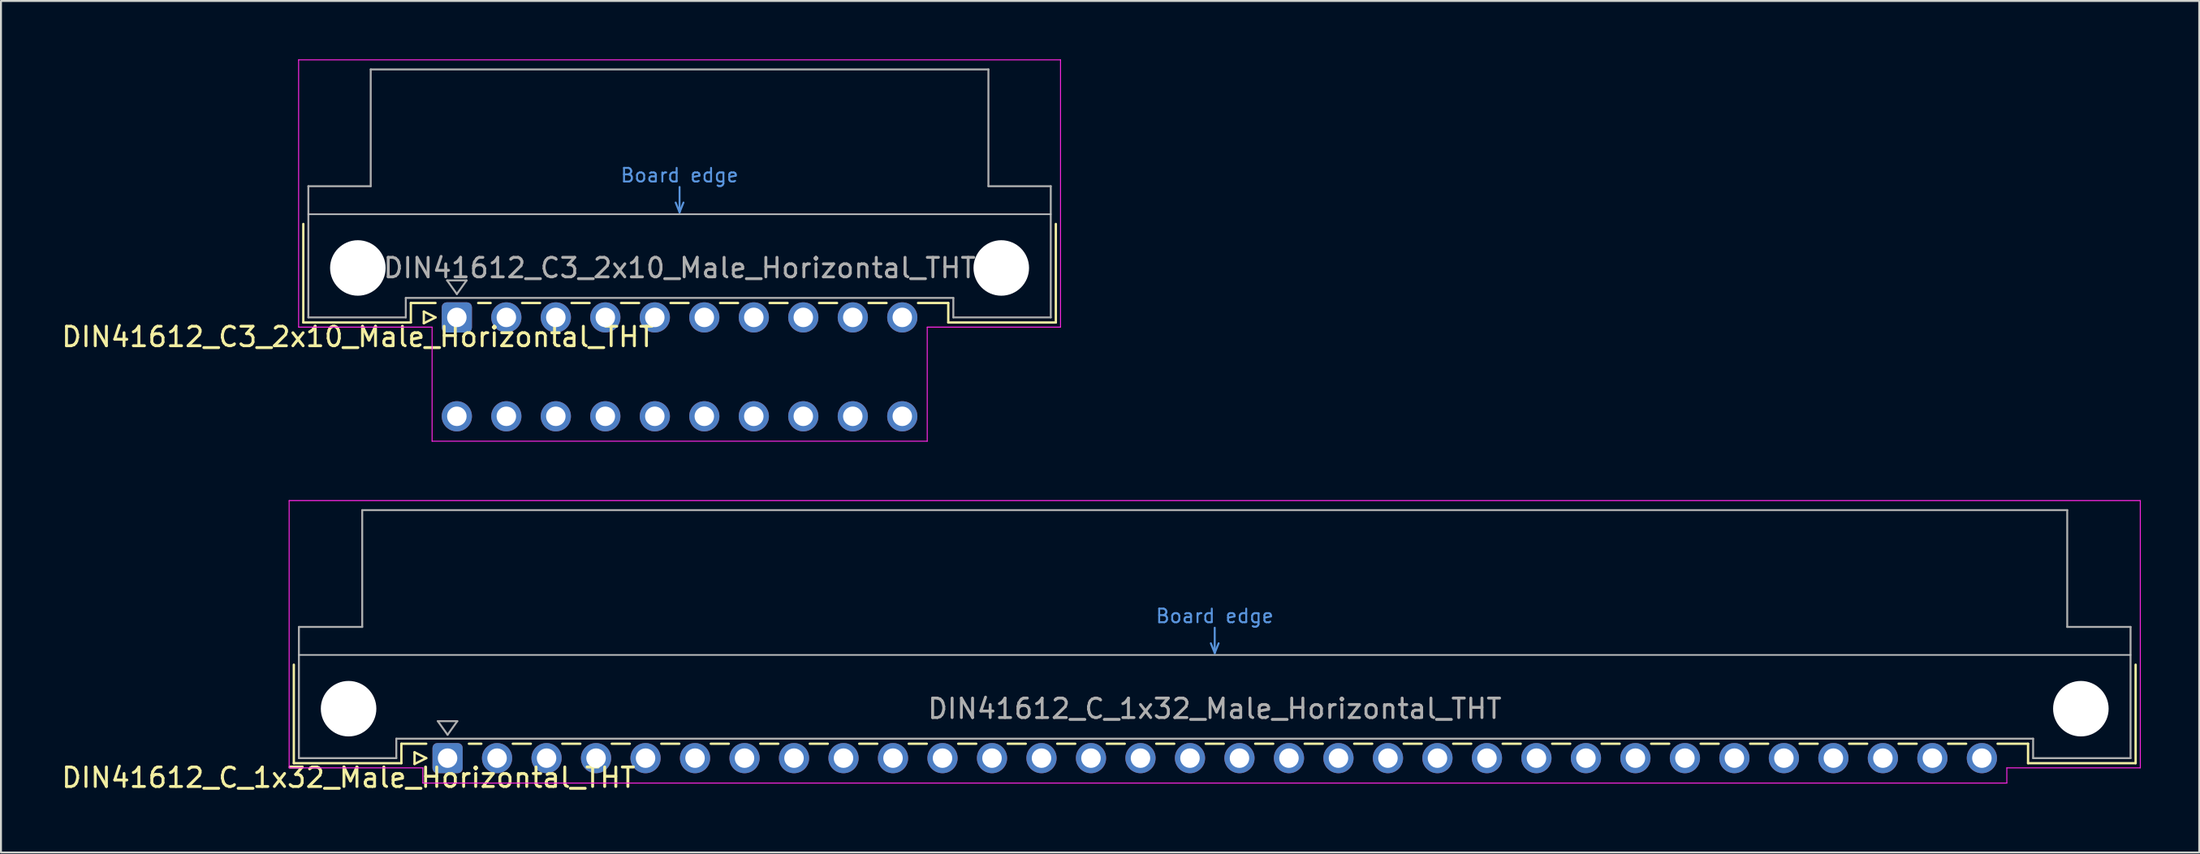
<source format=kicad_pcb>
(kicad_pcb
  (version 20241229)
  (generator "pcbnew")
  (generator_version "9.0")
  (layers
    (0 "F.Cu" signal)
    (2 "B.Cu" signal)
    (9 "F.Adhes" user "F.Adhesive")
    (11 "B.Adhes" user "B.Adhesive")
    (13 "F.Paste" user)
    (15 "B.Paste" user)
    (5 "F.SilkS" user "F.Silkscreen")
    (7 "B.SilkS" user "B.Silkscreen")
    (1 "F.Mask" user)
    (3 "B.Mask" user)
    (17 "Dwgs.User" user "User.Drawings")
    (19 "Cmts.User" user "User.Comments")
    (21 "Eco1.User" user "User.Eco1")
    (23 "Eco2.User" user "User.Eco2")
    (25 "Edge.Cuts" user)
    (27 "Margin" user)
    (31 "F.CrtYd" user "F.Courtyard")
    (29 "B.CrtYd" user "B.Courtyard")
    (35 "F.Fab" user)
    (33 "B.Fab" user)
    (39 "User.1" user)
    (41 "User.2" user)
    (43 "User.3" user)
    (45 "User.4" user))
  (footprint "DIN41612_C3_2x10_Male_Horizontal_THT"
    (layer "F.Cu")
    (at 20.395 13.255)
    (property "Reference" "DIN41612_C3_2x10_Male_Horizontal_THT" (at -5.08 1 0) (layer "F.SilkS") (effects (font (size 1 1) (thickness 0.15))))
    (attr through_hole)
    (fp_line (start -7.88 -4.8) (end -7.88 0.26) (stroke (width 0.12) (type solid)) (layer "F.SilkS"))
    (fp_line (start -7.88 0.26) (end -2.36 0.26) (stroke (width 0.12) (type solid)) (layer "F.SilkS"))
    (fp_line (start -2.36 -0.74) (end -1.095 -0.74) (stroke (width 0.12) (type solid)) (layer "F.SilkS"))
    (fp_line (start -2.36 0.26) (end -2.36 -0.74) (stroke (width 0.12) (type solid)) (layer "F.SilkS"))
    (fp_line (start -1.695 -0.3) (end -1.695 0.3) (stroke (width 0.12) (type solid)) (layer "F.SilkS"))
    (fp_line (start -1.695 0.3) (end -1.095 0) (stroke (width 0.12) (type solid)) (layer "F.SilkS"))
    (fp_line (start -1.095 0) (end -1.695 -0.3) (stroke (width 0.12) (type solid)) (layer "F.SilkS"))
    (fp_line (start 1.095 -0.74) (end 1.733 -0.74) (stroke (width 0.12) (type solid)) (layer "F.SilkS"))
    (fp_line (start 3.347 -0.74) (end 4.273 -0.74) (stroke (width 0.12) (type solid)) (layer "F.SilkS"))
    (fp_line (start 5.887 -0.74) (end 6.813 -0.74) (stroke (width 0.12) (type solid)) (layer "F.SilkS"))
    (fp_line (start 8.427 -0.74) (end 9.353 -0.74) (stroke (width 0.12) (type solid)) (layer "F.SilkS"))
    (fp_line (start 10.967 -0.74) (end 11.893 -0.74) (stroke (width 0.12) (type solid)) (layer "F.SilkS"))
    (fp_line (start 13.507 -0.74) (end 14.433 -0.74) (stroke (width 0.12) (type solid)) (layer "F.SilkS"))
    (fp_line (start 16.047 -0.74) (end 16.973 -0.74) (stroke (width 0.12) (type solid)) (layer "F.SilkS"))
    (fp_line (start 18.587 -0.74) (end 19.513 -0.74) (stroke (width 0.12) (type solid)) (layer "F.SilkS"))
    (fp_line (start 21.127 -0.74) (end 22.053 -0.74) (stroke (width 0.12) (type solid)) (layer "F.SilkS"))
    (fp_line (start 23.667 -0.74) (end 25.22 -0.74) (stroke (width 0.12) (type solid)) (layer "F.SilkS"))
    (fp_line (start 25.22 0.26) (end 25.22 -0.74) (stroke (width 0.12) (type solid)) (layer "F.SilkS"))
    (fp_line (start 30.74 -4.8) (end 30.74 0.26) (stroke (width 0.12) (type solid)) (layer "F.SilkS"))
    (fp_line (start 30.74 0.26) (end 25.22 0.26) (stroke (width 0.12) (type solid)) (layer "F.SilkS"))
    (fp_line (start -7.62 -5.3) (end 30.48 -5.3) (stroke (width 0.08) (type solid)) (layer "Dwgs.User"))
    (fp_line (start 11.23 -5.9) (end 11.43 -5.4) (stroke (width 0.1) (type solid)) (layer "Cmts.User"))
    (fp_line (start 11.43 -5.4) (end 11.43 -6.7) (stroke (width 0.1) (type solid)) (layer "Cmts.User"))
    (fp_line (start 11.43 -5.4) (end 11.63 -5.9) (stroke (width 0.1) (type solid)) (layer "Cmts.User"))
    (fp_line (start -8.12 -13.23) (end -8.12 0.5) (stroke (width 0.05) (type solid)) (layer "F.CrtYd"))
    (fp_line (start -8.12 0.5) (end -1.27 0.5) (stroke (width 0.05) (type solid)) (layer "F.CrtYd"))
    (fp_line (start -1.27 0.5) (end -1.27 6.36) (stroke (width 0.05) (type solid)) (layer "F.CrtYd"))
    (fp_line (start -1.27 6.36) (end 24.14 6.36) (stroke (width 0.05) (type solid)) (layer "F.CrtYd"))
    (fp_line (start 24.14 0.5) (end 30.98 0.5) (stroke (width 0.05) (type solid)) (layer "F.CrtYd"))
    (fp_line (start 24.14 6.36) (end 24.14 0.5) (stroke (width 0.05) (type solid)) (layer "F.CrtYd"))
    (fp_line (start 30.98 -13.23) (end -8.12 -13.23) (stroke (width 0.05) (type solid)) (layer "F.CrtYd"))
    (fp_line (start 30.98 0.5) (end 30.98 -13.23) (stroke (width 0.05) (type solid)) (layer "F.CrtYd"))
    (fp_line (start -7.62 -6.74) (end -7.62 0) (stroke (width 0.1) (type solid)) (layer "F.Fab"))
    (fp_line (start -7.62 0) (end -2.62 0) (stroke (width 0.1) (type solid)) (layer "F.Fab"))
    (fp_line (start -4.42 -12.74) (end -4.42 -6.74) (stroke (width 0.1) (type solid)) (layer "F.Fab"))
    (fp_line (start -4.42 -6.74) (end -7.62 -6.74) (stroke (width 0.1) (type solid)) (layer "F.Fab"))
    (fp_line (start -2.62 -1) (end 25.48 -1) (stroke (width 0.1) (type solid)) (layer "F.Fab"))
    (fp_line (start -2.62 0) (end -2.62 -1) (stroke (width 0.1) (type solid)) (layer "F.Fab"))
    (fp_line (start -0.5 -1.9) (end 0.5 -1.9) (stroke (width 0.1) (type solid)) (layer "F.Fab"))
    (fp_line (start 0 -1.2) (end -0.5 -1.9) (stroke (width 0.1) (type solid)) (layer "F.Fab"))
    (fp_line (start 0.5 -1.9) (end 0 -1.2) (stroke (width 0.1) (type solid)) (layer "F.Fab"))
    (fp_line (start 25.48 -1) (end 25.48 0) (stroke (width 0.1) (type solid)) (layer "F.Fab"))
    (fp_line (start 25.48 0) (end 30.48 0) (stroke (width 0.1) (type solid)) (layer "F.Fab"))
    (fp_line (start 27.28 -12.74) (end -4.42 -12.74) (stroke (width 0.1) (type solid)) (layer "F.Fab"))
    (fp_line (start 27.28 -6.74) (end 27.28 -12.74) (stroke (width 0.1) (type solid)) (layer "F.Fab"))
    (fp_line (start 30.48 -6.74) (end 27.28 -6.74) (stroke (width 0.1) (type solid)) (layer "F.Fab"))
    (fp_line (start 30.48 0) (end 30.48 -6.74) (stroke (width 0.1) (type solid)) (layer "F.Fab"))
    (fp_text user "Board edge" (at 11.43 -7.3 0) (layer "Cmts.User") (effects (font (size 0.7 0.7) (thickness 0.1))))
    (fp_text user "${REFERENCE}" (at 11.43 -2.54 0) (layer "F.Fab") (effects (font (size 1 1) (thickness 0.15))))
    (pad "" np_thru_hole circle (at -5.08 -2.54) (size 2.85 2.85) (drill 2.85) (layers "*.Cu" "*.Mask"))
    (pad "" np_thru_hole circle (at 27.94 -2.54) (size 2.85 2.85) (drill 2.85) (layers "*.Cu" "*.Mask"))
    (pad "a1" thru_hole roundrect (at 0 0) (size 1.55 1.55) (drill 1) (layers "*.Cu" "*.Mask") (roundrect_rratio 0.161))
    (pad "a2" thru_hole circle (at 2.54 0) (size 1.55 1.55) (drill 1) (layers "*.Cu" "*.Mask"))
    (pad "a3" thru_hole circle (at 5.08 0) (size 1.55 1.55) (drill 1) (layers "*.Cu" "*.Mask"))
    (pad "a4" thru_hole circle (at 7.62 0) (size 1.55 1.55) (drill 1) (layers "*.Cu" "*.Mask"))
    (pad "a5" thru_hole circle (at 10.16 0) (size 1.55 1.55) (drill 1) (layers "*.Cu" "*.Mask"))
    (pad "a6" thru_hole circle (at 12.7 0) (size 1.55 1.55) (drill 1) (layers "*.Cu" "*.Mask"))
    (pad "a7" thru_hole circle (at 15.24 0) (size 1.55 1.55) (drill 1) (layers "*.Cu" "*.Mask"))
    (pad "a8" thru_hole circle (at 17.78 0) (size 1.55 1.55) (drill 1) (layers "*.Cu" "*.Mask"))
    (pad "a9" thru_hole circle (at 20.32 0) (size 1.55 1.55) (drill 1) (layers "*.Cu" "*.Mask"))
    (pad "a10" thru_hole circle (at 22.86 0) (size 1.55 1.55) (drill 1) (layers "*.Cu" "*.Mask"))
    (pad "c1" thru_hole circle (at 0 5.08) (size 1.55 1.55) (drill 1) (layers "*.Cu" "*.Mask"))
    (pad "c2" thru_hole circle (at 2.54 5.08) (size 1.55 1.55) (drill 1) (layers "*.Cu" "*.Mask"))
    (pad "c3" thru_hole circle (at 5.08 5.08) (size 1.55 1.55) (drill 1) (layers "*.Cu" "*.Mask"))
    (pad "c4" thru_hole circle (at 7.62 5.08) (size 1.55 1.55) (drill 1) (layers "*.Cu" "*.Mask"))
    (pad "c5" thru_hole circle (at 10.16 5.08) (size 1.55 1.55) (drill 1) (layers "*.Cu" "*.Mask"))
    (pad "c6" thru_hole circle (at 12.7 5.08) (size 1.55 1.55) (drill 1) (layers "*.Cu" "*.Mask"))
    (pad "c7" thru_hole circle (at 15.24 5.08) (size 1.55 1.55) (drill 1) (layers "*.Cu" "*.Mask"))
    (pad "c8" thru_hole circle (at 17.78 5.08) (size 1.55 1.55) (drill 1) (layers "*.Cu" "*.Mask"))
    (pad "c9" thru_hole circle (at 20.32 5.08) (size 1.55 1.55) (drill 1) (layers "*.Cu" "*.Mask"))
    (pad "c10" thru_hole circle (at 22.86 5.08) (size 1.55 1.55) (drill 1) (layers "*.Cu" "*.Mask")))
  (footprint "DIN41612_C_1x32_Male_Horizontal_THT"
    (layer "F.Cu")
    (at 19.919 35.895)
    (property "Reference" "DIN41612_C_1x32_Male_Horizontal_THT" (at -5.08 1 0) (layer "F.SilkS") (effects (font (size 1 1) (thickness 0.15))))
    (attr through_hole)
    (fp_line (start -7.89 -4.8) (end -7.89 0.26) (stroke (width 0.12) (type solid)) (layer "F.SilkS"))
    (fp_line (start -7.89 0.26) (end -2.37 0.26) (stroke (width 0.12) (type solid)) (layer "F.SilkS"))
    (fp_line (start -2.37 -0.74) (end -1.095 -0.74) (stroke (width 0.12) (type solid)) (layer "F.SilkS"))
    (fp_line (start -2.37 0.26) (end -2.37 -0.74) (stroke (width 0.12) (type solid)) (layer "F.SilkS"))
    (fp_line (start -1.695 -0.3) (end -1.695 0.3) (stroke (width 0.12) (type solid)) (layer "F.SilkS"))
    (fp_line (start -1.695 0.3) (end -1.095 0) (stroke (width 0.12) (type solid)) (layer "F.SilkS"))
    (fp_line (start -1.095 0) (end -1.695 -0.3) (stroke (width 0.12) (type solid)) (layer "F.SilkS"))
    (fp_line (start 1.095 -0.74) (end 1.733 -0.74) (stroke (width 0.12) (type solid)) (layer "F.SilkS"))
    (fp_line (start 3.347 -0.74) (end 4.273 -0.74) (stroke (width 0.12) (type solid)) (layer "F.SilkS"))
    (fp_line (start 5.887 -0.74) (end 6.813 -0.74) (stroke (width 0.12) (type solid)) (layer "F.SilkS"))
    (fp_line (start 8.427 -0.74) (end 9.353 -0.74) (stroke (width 0.12) (type solid)) (layer "F.SilkS"))
    (fp_line (start 10.967 -0.74) (end 11.893 -0.74) (stroke (width 0.12) (type solid)) (layer "F.SilkS"))
    (fp_line (start 13.507 -0.74) (end 14.433 -0.74) (stroke (width 0.12) (type solid)) (layer "F.SilkS"))
    (fp_line (start 16.047 -0.74) (end 16.973 -0.74) (stroke (width 0.12) (type solid)) (layer "F.SilkS"))
    (fp_line (start 18.587 -0.74) (end 19.513 -0.74) (stroke (width 0.12) (type solid)) (layer "F.SilkS"))
    (fp_line (start 21.127 -0.74) (end 22.053 -0.74) (stroke (width 0.12) (type solid)) (layer "F.SilkS"))
    (fp_line (start 23.667 -0.74) (end 24.593 -0.74) (stroke (width 0.12) (type solid)) (layer "F.SilkS"))
    (fp_line (start 26.207 -0.74) (end 27.133 -0.74) (stroke (width 0.12) (type solid)) (layer "F.SilkS"))
    (fp_line (start 28.747 -0.74) (end 29.673 -0.74) (stroke (width 0.12) (type solid)) (layer "F.SilkS"))
    (fp_line (start 31.287 -0.74) (end 32.213 -0.74) (stroke (width 0.12) (type solid)) (layer "F.SilkS"))
    (fp_line (start 33.827 -0.74) (end 34.753 -0.74) (stroke (width 0.12) (type solid)) (layer "F.SilkS"))
    (fp_line (start 36.367 -0.74) (end 37.293 -0.74) (stroke (width 0.12) (type solid)) (layer "F.SilkS"))
    (fp_line (start 38.907 -0.74) (end 39.833 -0.74) (stroke (width 0.12) (type solid)) (layer "F.SilkS"))
    (fp_line (start 41.447 -0.74) (end 42.373 -0.74) (stroke (width 0.12) (type solid)) (layer "F.SilkS"))
    (fp_line (start 43.987 -0.74) (end 44.913 -0.74) (stroke (width 0.12) (type solid)) (layer "F.SilkS"))
    (fp_line (start 46.527 -0.74) (end 47.453 -0.74) (stroke (width 0.12) (type solid)) (layer "F.SilkS"))
    (fp_line (start 49.067 -0.74) (end 49.993 -0.74) (stroke (width 0.12) (type solid)) (layer "F.SilkS"))
    (fp_line (start 51.607 -0.74) (end 52.533 -0.74) (stroke (width 0.12) (type solid)) (layer "F.SilkS"))
    (fp_line (start 54.147 -0.74) (end 55.073 -0.74) (stroke (width 0.12) (type solid)) (layer "F.SilkS"))
    (fp_line (start 56.687 -0.74) (end 57.613 -0.74) (stroke (width 0.12) (type solid)) (layer "F.SilkS"))
    (fp_line (start 59.227 -0.74) (end 60.153 -0.74) (stroke (width 0.12) (type solid)) (layer "F.SilkS"))
    (fp_line (start 61.767 -0.74) (end 62.693 -0.74) (stroke (width 0.12) (type solid)) (layer "F.SilkS"))
    (fp_line (start 64.307 -0.74) (end 65.233 -0.74) (stroke (width 0.12) (type solid)) (layer "F.SilkS"))
    (fp_line (start 66.847 -0.74) (end 67.773 -0.74) (stroke (width 0.12) (type solid)) (layer "F.SilkS"))
    (fp_line (start 69.387 -0.74) (end 70.313 -0.74) (stroke (width 0.12) (type solid)) (layer "F.SilkS"))
    (fp_line (start 71.927 -0.74) (end 72.853 -0.74) (stroke (width 0.12) (type solid)) (layer "F.SilkS"))
    (fp_line (start 74.467 -0.74) (end 75.393 -0.74) (stroke (width 0.12) (type solid)) (layer "F.SilkS"))
    (fp_line (start 77.007 -0.74) (end 77.933 -0.74) (stroke (width 0.12) (type solid)) (layer "F.SilkS"))
    (fp_line (start 79.547 -0.74) (end 81.11 -0.74) (stroke (width 0.12) (type solid)) (layer "F.SilkS"))
    (fp_line (start 81.11 0.26) (end 81.11 -0.74) (stroke (width 0.12) (type solid)) (layer "F.SilkS"))
    (fp_line (start 86.63 -4.8) (end 86.63 0.26) (stroke (width 0.12) (type solid)) (layer "F.SilkS"))
    (fp_line (start 86.63 0.26) (end 81.11 0.26) (stroke (width 0.12) (type solid)) (layer "F.SilkS"))
    (fp_line (start -7.63 -5.3) (end 86.37 -5.3) (stroke (width 0.08) (type solid)) (layer "Dwgs.User"))
    (fp_line (start 39.17 -5.9) (end 39.37 -5.4) (stroke (width 0.1) (type solid)) (layer "Cmts.User"))
    (fp_line (start 39.37 -5.4) (end 39.37 -6.7) (stroke (width 0.1) (type solid)) (layer "Cmts.User"))
    (fp_line (start 39.37 -5.4) (end 39.57 -5.9) (stroke (width 0.1) (type solid)) (layer "Cmts.User"))
    (fp_line (start -8.13 -13.23) (end -8.13 0.5) (stroke (width 0.05) (type solid)) (layer "F.CrtYd"))
    (fp_line (start -8.13 0.5) (end -1.27 0.5) (stroke (width 0.05) (type solid)) (layer "F.CrtYd"))
    (fp_line (start -1.27 0.5) (end -1.27 1.28) (stroke (width 0.05) (type solid)) (layer "F.CrtYd"))
    (fp_line (start -1.27 1.28) (end 80.02 1.28) (stroke (width 0.05) (type solid)) (layer "F.CrtYd"))
    (fp_line (start 80.02 0.5) (end 86.87 0.5) (stroke (width 0.05) (type solid)) (layer "F.CrtYd"))
    (fp_line (start 80.02 1.28) (end 80.02 0.5) (stroke (width 0.05) (type solid)) (layer "F.CrtYd"))
    (fp_line (start 86.87 -13.23) (end -8.13 -13.23) (stroke (width 0.05) (type solid)) (layer "F.CrtYd"))
    (fp_line (start 86.87 0.5) (end 86.87 -13.23) (stroke (width 0.05) (type solid)) (layer "F.CrtYd"))
    (fp_line (start -7.63 -6.74) (end -7.63 0) (stroke (width 0.1) (type solid)) (layer "F.Fab"))
    (fp_line (start -7.63 0) (end -2.63 0) (stroke (width 0.1) (type solid)) (layer "F.Fab"))
    (fp_line (start -4.38 -12.74) (end -4.38 -6.74) (stroke (width 0.1) (type solid)) (layer "F.Fab"))
    (fp_line (start -4.38 -6.74) (end -7.63 -6.74) (stroke (width 0.1) (type solid)) (layer "F.Fab"))
    (fp_line (start -2.63 -1) (end 81.37 -1) (stroke (width 0.1) (type solid)) (layer "F.Fab"))
    (fp_line (start -2.63 0) (end -2.63 -1) (stroke (width 0.1) (type solid)) (layer "F.Fab"))
    (fp_line (start -0.5 -1.9) (end 0.5 -1.9) (stroke (width 0.1) (type solid)) (layer "F.Fab"))
    (fp_line (start 0 -1.2) (end -0.5 -1.9) (stroke (width 0.1) (type solid)) (layer "F.Fab"))
    (fp_line (start 0.5 -1.9) (end 0 -1.2) (stroke (width 0.1) (type solid)) (layer "F.Fab"))
    (fp_line (start 81.37 -1) (end 81.37 0) (stroke (width 0.1) (type solid)) (layer "F.Fab"))
    (fp_line (start 81.37 0) (end 86.37 0) (stroke (width 0.1) (type solid)) (layer "F.Fab"))
    (fp_line (start 83.12 -12.74) (end -4.38 -12.74) (stroke (width 0.1) (type solid)) (layer "F.Fab"))
    (fp_line (start 83.12 -6.74) (end 83.12 -12.74) (stroke (width 0.1) (type solid)) (layer "F.Fab"))
    (fp_line (start 86.37 -6.74) (end 83.12 -6.74) (stroke (width 0.1) (type solid)) (layer "F.Fab"))
    (fp_line (start 86.37 0) (end 86.37 -6.74) (stroke (width 0.1) (type solid)) (layer "F.Fab"))
    (fp_text user "Board edge" (at 39.37 -7.3 0) (layer "Cmts.User") (effects (font (size 0.7 0.7) (thickness 0.1))))
    (fp_text user "${REFERENCE}" (at 39.37 -2.54 0) (layer "F.Fab") (effects (font (size 1 1) (thickness 0.15))))
    (pad "" np_thru_hole circle (at -5.08 -2.54) (size 2.85 2.85) (drill 2.85) (layers "*.Cu" "*.Mask"))
    (pad "" np_thru_hole circle (at 83.82 -2.54) (size 2.85 2.85) (drill 2.85) (layers "*.Cu" "*.Mask"))
    (pad "a1" thru_hole roundrect (at 0 0) (size 1.55 1.55) (drill 1) (layers "*.Cu" "*.Mask") (roundrect_rratio 0.161))
    (pad "a2" thru_hole circle (at 2.54 0) (size 1.55 1.55) (drill 1) (layers "*.Cu" "*.Mask"))
    (pad "a3" thru_hole circle (at 5.08 0) (size 1.55 1.55) (drill 1) (layers "*.Cu" "*.Mask"))
    (pad "a4" thru_hole circle (at 7.62 0) (size 1.55 1.55) (drill 1) (layers "*.Cu" "*.Mask"))
    (pad "a5" thru_hole circle (at 10.16 0) (size 1.55 1.55) (drill 1) (layers "*.Cu" "*.Mask"))
    (pad "a6" thru_hole circle (at 12.7 0) (size 1.55 1.55) (drill 1) (layers "*.Cu" "*.Mask"))
    (pad "a7" thru_hole circle (at 15.24 0) (size 1.55 1.55) (drill 1) (layers "*.Cu" "*.Mask"))
    (pad "a8" thru_hole circle (at 17.78 0) (size 1.55 1.55) (drill 1) (layers "*.Cu" "*.Mask"))
    (pad "a9" thru_hole circle (at 20.32 0) (size 1.55 1.55) (drill 1) (layers "*.Cu" "*.Mask"))
    (pad "a10" thru_hole circle (at 22.86 0) (size 1.55 1.55) (drill 1) (layers "*.Cu" "*.Mask"))
    (pad "a11" thru_hole circle (at 25.4 0) (size 1.55 1.55) (drill 1) (layers "*.Cu" "*.Mask"))
    (pad "a12" thru_hole circle (at 27.94 0) (size 1.55 1.55) (drill 1) (layers "*.Cu" "*.Mask"))
    (pad "a13" thru_hole circle (at 30.48 0) (size 1.55 1.55) (drill 1) (layers "*.Cu" "*.Mask"))
    (pad "a14" thru_hole circle (at 33.02 0) (size 1.55 1.55) (drill 1) (layers "*.Cu" "*.Mask"))
    (pad "a15" thru_hole circle (at 35.56 0) (size 1.55 1.55) (drill 1) (layers "*.Cu" "*.Mask"))
    (pad "a16" thru_hole circle (at 38.1 0) (size 1.55 1.55) (drill 1) (layers "*.Cu" "*.Mask"))
    (pad "a17" thru_hole circle (at 40.64 0) (size 1.55 1.55) (drill 1) (layers "*.Cu" "*.Mask"))
    (pad "a18" thru_hole circle (at 43.18 0) (size 1.55 1.55) (drill 1) (layers "*.Cu" "*.Mask"))
    (pad "a19" thru_hole circle (at 45.72 0) (size 1.55 1.55) (drill 1) (layers "*.Cu" "*.Mask"))
    (pad "a20" thru_hole circle (at 48.26 0) (size 1.55 1.55) (drill 1) (layers "*.Cu" "*.Mask"))
    (pad "a21" thru_hole circle (at 50.8 0) (size 1.55 1.55) (drill 1) (layers "*.Cu" "*.Mask"))
    (pad "a22" thru_hole circle (at 53.34 0) (size 1.55 1.55) (drill 1) (layers "*.Cu" "*.Mask"))
    (pad "a23" thru_hole circle (at 55.88 0) (size 1.55 1.55) (drill 1) (layers "*.Cu" "*.Mask"))
    (pad "a24" thru_hole circle (at 58.42 0) (size 1.55 1.55) (drill 1) (layers "*.Cu" "*.Mask"))
    (pad "a25" thru_hole circle (at 60.96 0) (size 1.55 1.55) (drill 1) (layers "*.Cu" "*.Mask"))
    (pad "a26" thru_hole circle (at 63.5 0) (size 1.55 1.55) (drill 1) (layers "*.Cu" "*.Mask"))
    (pad "a27" thru_hole circle (at 66.04 0) (size 1.55 1.55) (drill 1) (layers "*.Cu" "*.Mask"))
    (pad "a28" thru_hole circle (at 68.58 0) (size 1.55 1.55) (drill 1) (layers "*.Cu" "*.Mask"))
    (pad "a29" thru_hole circle (at 71.12 0) (size 1.55 1.55) (drill 1) (layers "*.Cu" "*.Mask"))
    (pad "a30" thru_hole circle (at 73.66 0) (size 1.55 1.55) (drill 1) (layers "*.Cu" "*.Mask"))
    (pad "a31" thru_hole circle (at 76.2 0) (size 1.55 1.55) (drill 1) (layers "*.Cu" "*.Mask"))
    (pad "a32" thru_hole circle (at 78.74 0) (size 1.55 1.55) (drill 1) (layers "*.Cu" "*.Mask")))
  (gr_rect
    (start -3 -3)
    (end 109.814 40.743)
    (stroke (width 0.1) (type default))
    (fill no)
    (layer "Edge.Cuts")))
</source>
